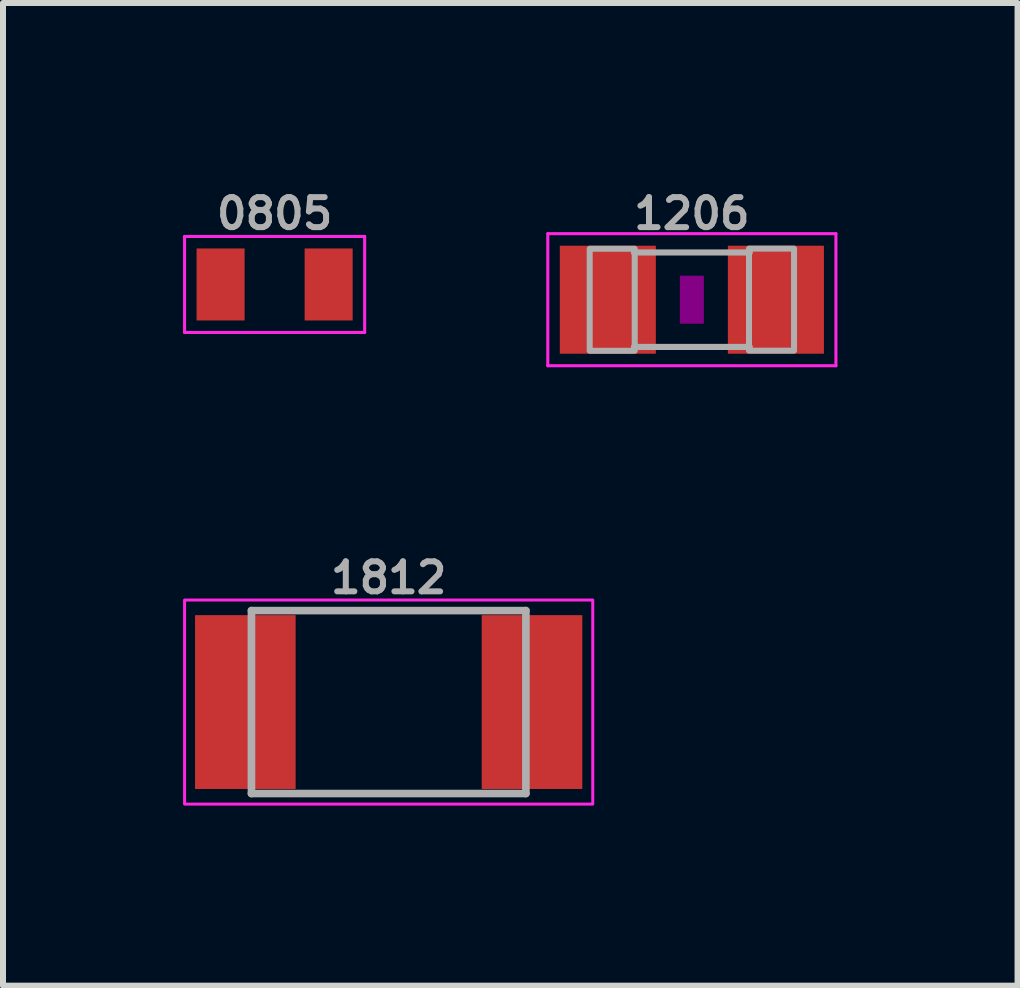
<source format=kicad_pcb>
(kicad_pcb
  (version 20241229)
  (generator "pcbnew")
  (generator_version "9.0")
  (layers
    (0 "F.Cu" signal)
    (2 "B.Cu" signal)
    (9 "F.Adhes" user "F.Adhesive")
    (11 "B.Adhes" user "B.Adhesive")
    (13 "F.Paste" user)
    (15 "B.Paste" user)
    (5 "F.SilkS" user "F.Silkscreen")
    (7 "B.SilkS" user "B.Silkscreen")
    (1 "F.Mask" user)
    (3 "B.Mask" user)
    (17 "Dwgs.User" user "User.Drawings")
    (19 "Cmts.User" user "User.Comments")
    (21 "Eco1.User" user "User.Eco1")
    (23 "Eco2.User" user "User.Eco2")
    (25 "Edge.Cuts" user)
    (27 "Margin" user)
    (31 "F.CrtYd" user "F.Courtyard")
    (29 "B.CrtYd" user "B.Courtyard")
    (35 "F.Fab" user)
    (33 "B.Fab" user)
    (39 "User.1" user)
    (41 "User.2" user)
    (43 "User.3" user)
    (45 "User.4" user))
  (footprint "1812"
    (layer "F.Cu")
    (at 3.425 8.646)
    (property "Reference" "1812" (at 0 -1.778 0) (layer "F.Fab") (effects (font (size 0.5 0.5) (thickness 0.1) (bold yes)) (justify bottom)))
    (attr smd)
    (fp_rect (start -3.4 -1.7) (end 3.4 1.7) (stroke (width 0.05) (type default)) (fill no) (layer "F.CrtYd"))
    (fp_line (start -2.286 -1.524) (end 2.286 -1.524) (stroke (width 0.127) (type solid)) (layer "F.Fab"))
    (fp_line (start -2.286 1.524) (end -2.286 -1.524) (stroke (width 0.127) (type solid)) (layer "F.Fab"))
    (fp_line (start 2.286 -1.524) (end 2.286 1.524) (stroke (width 0.127) (type solid)) (layer "F.Fab"))
    (fp_line (start 2.286 1.524) (end -2.286 1.524) (stroke (width 0.127) (type solid)) (layer "F.Fab"))
    (pad "1" smd rect (at -2.388 0) (size 1.676 2.896) (layers "F.Cu" "F.Mask" "F.Paste"))
    (pad "2" smd rect (at 2.388 0) (size 1.676 2.896) (layers "F.Cu" "F.Mask" "F.Paste")))
  (footprint "0805"
    (layer "F.Cu")
    (at 1.525 1.689)
    (property "Reference" "0805" (at 0 -0.889 0) (layer "F.Fab") (effects (font (size 0.5 0.5) (thickness 0.1) (bold yes)) (justify bottom)))
    (attr smd)
    (fp_line (start -1.5 -0.8) (end 1.5 -0.8) (stroke (width 0.051) (type solid)) (layer "F.CrtYd"))
    (fp_line (start -1.5 0.8) (end -1.5 -0.8) (stroke (width 0.051) (type solid)) (layer "F.CrtYd"))
    (fp_line (start 1.5 -0.8) (end 1.5 0.8) (stroke (width 0.051) (type solid)) (layer "F.CrtYd"))
    (fp_line (start 1.5 0.8) (end -1.5 0.8) (stroke (width 0.051) (type solid)) (layer "F.CrtYd"))
    (pad "1" smd rect (at -0.9 0) (size 0.8 1.2) (layers "F.Cu" "F.Mask" "F.Paste"))
    (pad "2" smd rect (at 0.9 0) (size 0.8 1.2) (layers "F.Cu" "F.Mask" "F.Paste")))
  (footprint "1206"
    (layer "F.Cu")
    (at 8.476 1.943)
    (property "Reference" "1206" (at 0 -1.143 0) (layer "F.Fab") (effects (font (size 0.5 0.5) (thickness 0.1) (bold yes)) (justify bottom)))
    (attr smd)
    (fp_poly (pts (xy -0.2 0.4) (xy 0.2 0.4) (xy 0.2 -0.4) (xy -0.2 -0.4)) (stroke (width 0) (type default)) (fill yes) (layer "F.Adhes"))
    (fp_line (start -2.4 -1.1) (end 2.4 -1.1) (stroke (width 0.051) (type solid)) (layer "F.CrtYd"))
    (fp_line (start -2.4 1.1) (end -2.4 -1.1) (stroke (width 0.051) (type solid)) (layer "F.CrtYd"))
    (fp_line (start 2.4 -1.1) (end 2.4 1.1) (stroke (width 0.051) (type solid)) (layer "F.CrtYd"))
    (fp_line (start 2.4 1.1) (end -2.4 1.1) (stroke (width 0.051) (type solid)) (layer "F.CrtYd"))
    (fp_line (start -0.965 -0.787) (end 0.965 -0.787) (stroke (width 0.102) (type solid)) (layer "F.Fab"))
    (fp_line (start -0.965 0.787) (end 0.965 0.787) (stroke (width 0.102) (type solid)) (layer "F.Fab"))
    (fp_poly (pts (xy -1.702 0.851) (xy -0.952 0.851) (xy -0.952 -0.849) (xy -1.702 -0.849)) (stroke (width 0.1) (type default)) (fill no) (layer "F.Fab"))
    (fp_poly (pts (xy 0.952 0.849) (xy 1.702 0.849) (xy 1.702 -0.851) (xy 0.952 -0.851)) (stroke (width 0.1) (type default)) (fill no) (layer "F.Fab"))
    (pad "1" smd rect (at -1.4 0) (size 1.6 1.8) (layers "F.Cu" "F.Mask" "F.Paste"))
    (pad "2" smd rect (at 1.4 0) (size 1.6 1.8) (layers "F.Cu" "F.Mask" "F.Paste")))
  (gr_rect
    (start -3 -3)
    (end 13.902 13.371)
    (stroke (width 0.1) (type default))
    (fill no)
    (layer "Edge.Cuts")))
</source>
